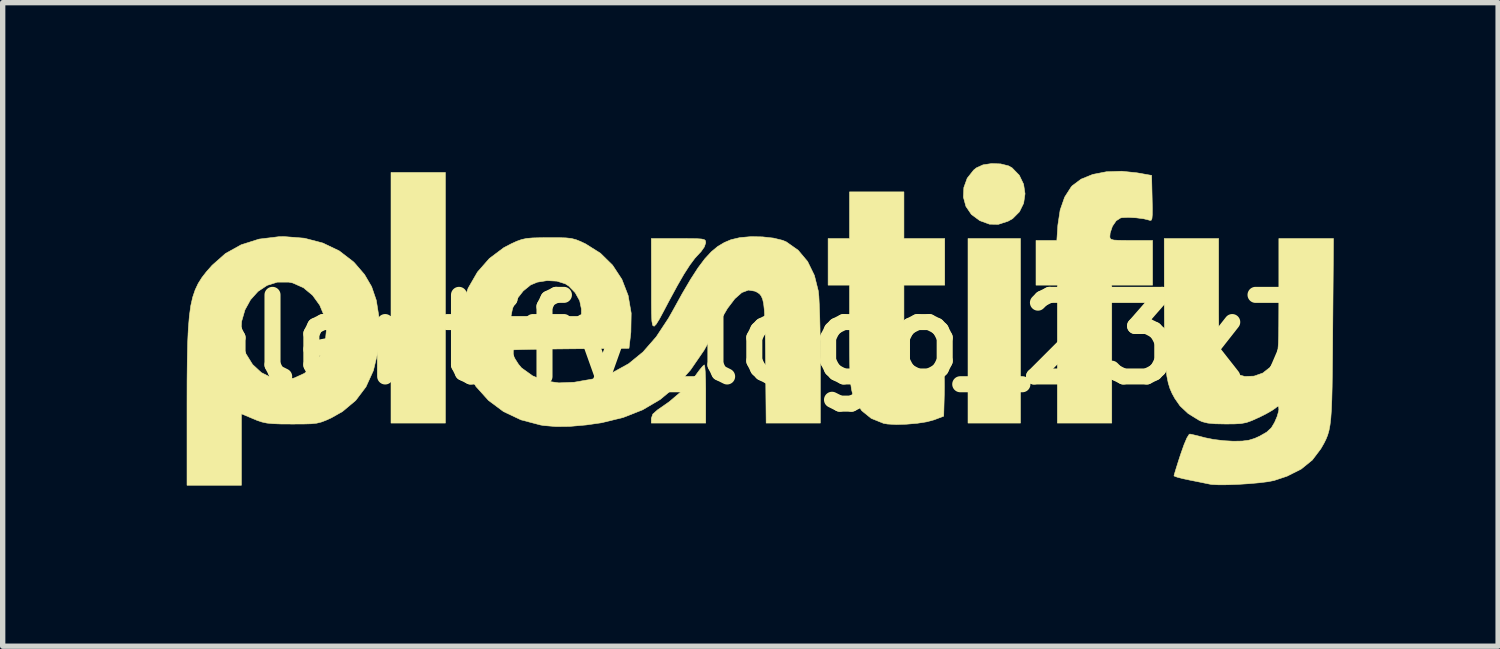
<source format=kicad_pcb>
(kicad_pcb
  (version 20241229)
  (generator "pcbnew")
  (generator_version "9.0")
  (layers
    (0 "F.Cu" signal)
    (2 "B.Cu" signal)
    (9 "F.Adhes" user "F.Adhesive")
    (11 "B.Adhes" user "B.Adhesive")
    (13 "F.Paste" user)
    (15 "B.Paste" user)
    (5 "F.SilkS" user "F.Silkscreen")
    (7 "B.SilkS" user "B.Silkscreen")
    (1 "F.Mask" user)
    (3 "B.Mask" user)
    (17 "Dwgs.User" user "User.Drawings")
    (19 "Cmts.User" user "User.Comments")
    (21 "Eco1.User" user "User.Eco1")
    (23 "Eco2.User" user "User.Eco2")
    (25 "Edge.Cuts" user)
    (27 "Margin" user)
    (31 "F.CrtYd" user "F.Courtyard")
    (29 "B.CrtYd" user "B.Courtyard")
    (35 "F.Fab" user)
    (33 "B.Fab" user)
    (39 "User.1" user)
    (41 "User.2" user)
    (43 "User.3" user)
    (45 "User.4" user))
  (footprint "plentify_logo_23x7"
    (layer "F.Cu")
    (at 10.966 3.292)
    (property "Reference" "plentify_logo_23x7" (at 0 0 0) (layer "F.SilkS") (effects (font (size 1.524 1.524) (thickness 0.3))))
    (attr through_hole)
    (fp_poly (pts (xy -5.697 1.56) (xy -6.713 1.56) (xy -6.713 -3.121) (xy -5.697 -3.121) (xy -5.697 1.56)) (stroke (width 0.01) (type solid)) (fill yes) (layer "F.SilkS"))
    (fp_poly (pts (xy 5.044 1.56) (xy 4.064 1.56) (xy 4.064 -1.887) (xy 5.044 -1.887) (xy 5.044 1.56)) (stroke (width 0.01) (type solid)) (fill yes) (layer "F.SilkS"))
    (fp_poly (pts (xy -0.852 0.507) (xy -0.844 0.601) (xy -0.838 0.742) (xy -0.835 0.918) (xy -0.835 1.016) (xy -0.835 1.56) (xy -1.851 1.56) (xy -1.851 1.473) (xy -1.823 1.392) (xy -1.735 1.314) (xy -1.717 1.302) (xy -1.518 1.163) (xy -1.32 0.995) (xy -1.145 0.819) (xy -1.027 0.673) (xy -0.953 0.572) (xy -0.893 0.5) (xy -0.862 0.473) (xy -0.852 0.507)) (stroke (width 0.01) (type solid)) (fill yes) (layer "F.SilkS"))
    (fp_poly (pts (xy 4.673 -3.281) (xy 4.821 -3.244) (xy 4.887 -3.207) (xy 5.022 -3.068) (xy 5.102 -2.902) (xy 5.129 -2.723) (xy 5.103 -2.546) (xy 5.025 -2.387) (xy 4.898 -2.259) (xy 4.811 -2.21) (xy 4.631 -2.152) (xy 4.465 -2.155) (xy 4.287 -2.22) (xy 4.281 -2.223) (xy 4.127 -2.337) (xy 4.025 -2.487) (xy 3.978 -2.66) (xy 3.986 -2.839) (xy 4.049 -3.013) (xy 4.169 -3.165) (xy 4.221 -3.207) (xy 4.344 -3.263) (xy 4.504 -3.287) (xy 4.673 -3.281)) (stroke (width 0.01) (type solid)) (fill yes) (layer "F.SilkS"))
    (fp_poly (pts (xy -1.142 -1.886) (xy -1.002 -1.884) (xy -0.913 -1.878) (xy -0.863 -1.867) (xy -0.841 -1.848) (xy -0.836 -1.82) (xy -0.836 -1.805) (xy -0.861 -1.73) (xy -0.924 -1.641) (xy -0.949 -1.615) (xy -1.039 -1.517) (xy -1.134 -1.389) (xy -1.242 -1.221) (xy -1.367 -1.004) (xy -1.516 -0.729) (xy -1.518 -0.726) (xy -1.621 -0.53) (xy -1.7 -0.383) (xy -1.759 -0.288) (xy -1.799 -0.248) (xy -1.826 -0.266) (xy -1.841 -0.345) (xy -1.847 -0.487) (xy -1.849 -0.696) (xy -1.849 -0.973) (xy -1.849 -1.025) (xy -1.851 -1.887) (xy -1.343 -1.887) (xy -1.142 -1.886)) (stroke (width 0.01) (type solid)) (fill yes) (layer "F.SilkS"))
    (fp_poly (pts (xy 7.221 -3.114) (xy 7.493 -3.066) (xy 7.503 -2.635) (xy 7.507 -2.453) (xy 7.506 -2.332) (xy 7.5 -2.262) (xy 7.487 -2.23) (xy 7.465 -2.225) (xy 7.449 -2.23) (xy 7.346 -2.256) (xy 7.205 -2.274) (xy 7.06 -2.282) (xy 6.942 -2.277) (xy 6.913 -2.271) (xy 6.831 -2.218) (xy 6.761 -2.116) (xy 6.719 -1.991) (xy 6.713 -1.924) (xy 6.717 -1.892) (xy 6.739 -1.871) (xy 6.79 -1.858) (xy 6.883 -1.853) (xy 7.031 -1.851) (xy 7.112 -1.851) (xy 7.511 -1.851) (xy 7.511 -1.016) (xy 6.749 -1.016) (xy 6.749 1.56) (xy 5.733 1.56) (xy 5.733 -1.016) (xy 5.334 -1.016) (xy 5.334 -1.851) (xy 5.723 -1.851) (xy 5.742 -2.136) (xy 5.785 -2.419) (xy 5.869 -2.66) (xy 5.99 -2.849) (xy 6.011 -2.873) (xy 6.176 -2.996) (xy 6.393 -3.084) (xy 6.649 -3.134) (xy 6.934 -3.144) (xy 7.221 -3.114)) (stroke (width 0.01) (type solid)) (fill yes) (layer "F.SilkS"))
    (fp_poly (pts (xy 2.867 -1.887) (xy 3.629 -1.887) (xy 3.629 -1.016) (xy 2.867 -1.016) (xy 2.867 -0.22) (xy 2.867 0.046) (xy 2.87 0.25) (xy 2.875 0.399) (xy 2.882 0.503) (xy 2.894 0.572) (xy 2.909 0.614) (xy 2.924 0.632) (xy 3.028 0.698) (xy 3.167 0.714) (xy 3.351 0.683) (xy 3.378 0.676) (xy 3.494 0.645) (xy 3.579 0.623) (xy 3.611 0.617) (xy 3.618 0.651) (xy 3.622 0.743) (xy 3.623 0.878) (xy 3.621 1.024) (xy 3.61 1.431) (xy 3.429 1.5) (xy 3.294 1.536) (xy 3.115 1.564) (xy 2.917 1.581) (xy 2.725 1.587) (xy 2.563 1.578) (xy 2.486 1.565) (xy 2.256 1.472) (xy 2.079 1.329) (xy 1.953 1.135) (xy 1.906 1.008) (xy 1.888 0.929) (xy 1.873 0.827) (xy 1.863 0.691) (xy 1.856 0.513) (xy 1.852 0.284) (xy 1.851 -0.007) (xy 1.851 -0.097) (xy 1.851 -1.016) (xy 1.451 -1.016) (xy 1.451 -1.887) (xy 1.851 -1.887) (xy 1.851 -2.758) (xy 2.867 -2.758) (xy 2.867 -1.887)) (stroke (width 0.01) (type solid)) (fill yes) (layer "F.SilkS"))
    (fp_poly (pts (xy -8.331 -1.893) (xy -7.987 -1.803) (xy -7.681 -1.657) (xy -7.418 -1.455) (xy -7.392 -1.429) (xy -7.208 -1.215) (xy -7.075 -0.988) (xy -6.988 -0.734) (xy -6.941 -0.44) (xy -6.931 -0.163) (xy -6.958 0.231) (xy -7.042 0.579) (xy -7.18 0.882) (xy -7.372 1.137) (xy -7.619 1.344) (xy -7.829 1.463) (xy -7.931 1.509) (xy -8.016 1.541) (xy -8.101 1.562) (xy -8.204 1.573) (xy -8.342 1.577) (xy -8.533 1.578) (xy -8.563 1.578) (xy -8.768 1.577) (xy -8.918 1.571) (xy -9.031 1.56) (xy -9.124 1.54) (xy -9.216 1.509) (xy -9.28 1.482) (xy -9.507 1.387) (xy -9.507 2.721) (xy -10.523 2.721) (xy -10.523 1.214) (xy -10.522 0.766) (xy -10.518 0.384) (xy -10.511 0.06) (xy -10.503 -0.113) (xy -9.517 -0.113) (xy -9.479 0.119) (xy -9.427 0.258) (xy -9.299 0.465) (xy -9.135 0.617) (xy -8.944 0.713) (xy -8.737 0.749) (xy -8.525 0.72) (xy -8.33 0.631) (xy -8.158 0.48) (xy -8.024 0.277) (xy -7.941 0.04) (xy -7.918 -0.197) (xy -7.955 -0.428) (xy -8.044 -0.642) (xy -8.177 -0.826) (xy -8.348 -0.968) (xy -8.548 -1.057) (xy -8.62 -1.072) (xy -8.833 -1.073) (xy -9.027 -1.012) (xy -9.197 -0.899) (xy -9.337 -0.743) (xy -9.441 -0.554) (xy -9.503 -0.34) (xy -9.517 -0.113) (xy -10.503 -0.113) (xy -10.498 -0.212) (xy -10.479 -0.44) (xy -10.453 -0.631) (xy -10.417 -0.791) (xy -10.371 -0.927) (xy -10.314 -1.048) (xy -10.244 -1.159) (xy -10.16 -1.267) (xy -10.06 -1.38) (xy -10.055 -1.386) (xy -9.805 -1.607) (xy -9.512 -1.77) (xy -9.178 -1.876) (xy -8.808 -1.921) (xy -8.709 -1.923) (xy -8.331 -1.893)) (stroke (width 0.01) (type solid)) (fill yes) (layer "F.SilkS"))
    (fp_poly (pts (xy 8.745 -0.807) (xy 8.745 -0.493) (xy 8.747 -0.244) (xy 8.75 -0.049) (xy 8.755 0.098) (xy 8.762 0.207) (xy 8.773 0.287) (xy 8.787 0.344) (xy 8.804 0.389) (xy 8.808 0.398) (xy 8.919 0.547) (xy 9.065 0.643) (xy 9.233 0.689) (xy 9.406 0.683) (xy 9.569 0.626) (xy 9.708 0.517) (xy 9.788 0.401) (xy 9.812 0.351) (xy 9.83 0.302) (xy 9.844 0.243) (xy 9.854 0.167) (xy 9.862 0.063) (xy 9.866 -0.078) (xy 9.868 -0.263) (xy 9.869 -0.502) (xy 9.87 -0.805) (xy 9.87 -1.887) (xy 10.38 -1.887) (xy 10.89 -1.887) (xy 10.876 -0.172) (xy 10.873 0.242) (xy 10.869 0.591) (xy 10.865 0.882) (xy 10.859 1.121) (xy 10.851 1.315) (xy 10.84 1.471) (xy 10.825 1.597) (xy 10.806 1.699) (xy 10.781 1.785) (xy 10.751 1.86) (xy 10.715 1.933) (xy 10.671 2.01) (xy 10.653 2.041) (xy 10.495 2.25) (xy 10.287 2.419) (xy 10.023 2.552) (xy 9.779 2.633) (xy 9.665 2.655) (xy 9.503 2.675) (xy 9.311 2.692) (xy 9.109 2.705) (xy 8.914 2.712) (xy 8.745 2.713) (xy 8.62 2.707) (xy 8.582 2.701) (xy 8.513 2.687) (xy 8.396 2.663) (xy 8.251 2.634) (xy 8.21 2.626) (xy 8.074 2.597) (xy 7.97 2.57) (xy 7.915 2.549) (xy 7.911 2.544) (xy 7.922 2.503) (xy 7.951 2.407) (xy 7.993 2.273) (xy 8.036 2.141) (xy 8.099 1.963) (xy 8.152 1.838) (xy 8.193 1.773) (xy 8.208 1.765) (xy 8.265 1.777) (xy 8.37 1.802) (xy 8.491 1.834) (xy 8.65 1.866) (xy 8.841 1.889) (xy 9.02 1.899) (xy 9.186 1.896) (xy 9.309 1.88) (xy 9.419 1.846) (xy 9.512 1.804) (xy 9.643 1.729) (xy 9.73 1.648) (xy 9.79 1.548) (xy 9.838 1.436) (xy 9.866 1.337) (xy 9.87 1.306) (xy 9.865 1.248) (xy 9.837 1.254) (xy 9.806 1.28) (xy 9.742 1.324) (xy 9.635 1.385) (xy 9.505 1.451) (xy 9.488 1.458) (xy 9.364 1.514) (xy 9.263 1.55) (xy 9.161 1.569) (xy 9.033 1.576) (xy 8.872 1.577) (xy 8.68 1.573) (xy 8.542 1.56) (xy 8.441 1.535) (xy 8.382 1.509) (xy 8.176 1.382) (xy 8.024 1.239) (xy 7.927 1.1) (xy 7.877 1.009) (xy 7.836 0.915) (xy 7.804 0.811) (xy 7.779 0.688) (xy 7.76 0.538) (xy 7.747 0.353) (xy 7.738 0.124) (xy 7.733 -0.157) (xy 7.731 -0.497) (xy 7.73 -0.699) (xy 7.729 -1.887) (xy 8.745 -1.887) (xy 8.745 -0.807)) (stroke (width 0.01) (type solid)) (fill yes) (layer "F.SilkS"))
    (fp_poly (pts (xy 0.224 -1.918) (xy 0.431 -1.895) (xy 0.603 -1.853) (xy 0.671 -1.824) (xy 0.892 -1.668) (xy 1.068 -1.458) (xy 1.195 -1.198) (xy 1.268 -0.907) (xy 1.278 -0.811) (xy 1.286 -0.653) (xy 1.294 -0.446) (xy 1.3 -0.201) (xy 1.304 0.072) (xy 1.306 0.36) (xy 1.306 0.445) (xy 1.306 1.56) (xy 0.294 1.56) (xy 0.283 0.426) (xy 0.28 0.093) (xy 0.275 -0.176) (xy 0.269 -0.387) (xy 0.26 -0.549) (xy 0.247 -0.669) (xy 0.228 -0.754) (xy 0.202 -0.813) (xy 0.17 -0.853) (xy 0.128 -0.882) (xy 0.082 -0.904) (xy -0.036 -0.924) (xy -0.16 -0.878) (xy -0.291 -0.763) (xy -0.43 -0.58) (xy -0.578 -0.326) (xy -0.625 -0.236) (xy -0.866 0.2) (xy -1.119 0.568) (xy -1.39 0.873) (xy -1.686 1.12) (xy -2.012 1.312) (xy -2.375 1.455) (xy -2.78 1.554) (xy -3.066 1.595) (xy -3.373 1.622) (xy -3.63 1.625) (xy -3.859 1.606) (xy -3.919 1.596) (xy -4.285 1.5) (xy -4.611 1.346) (xy -4.892 1.137) (xy -5.126 0.877) (xy -5.307 0.569) (xy -5.349 0.472) (xy -5.396 0.299) (xy -5.426 0.081) (xy -5.437 -0.157) (xy -5.428 -0.39) (xy -5.421 -0.435) (xy -4.472 -0.435) (xy -3.157 -0.435) (xy -3.157 -0.572) (xy -3.189 -0.725) (xy -3.273 -0.876) (xy -3.394 -1) (xy -3.457 -1.041) (xy -3.614 -1.091) (xy -3.798 -1.101) (xy -3.98 -1.072) (xy -4.105 -1.02) (xy -4.244 -0.907) (xy -4.361 -0.757) (xy -4.437 -0.596) (xy -4.449 -0.552) (xy -4.472 -0.435) (xy -5.421 -0.435) (xy -5.397 -0.594) (xy -5.392 -0.617) (xy -5.272 -0.96) (xy -5.098 -1.261) (xy -4.875 -1.515) (xy -4.608 -1.715) (xy -4.469 -1.788) (xy -4.364 -1.836) (xy -4.274 -1.868) (xy -4.183 -1.888) (xy -4.07 -1.898) (xy -3.918 -1.902) (xy -3.774 -1.903) (xy -3.583 -1.903) (xy -3.446 -1.899) (xy -3.344 -1.888) (xy -3.259 -1.866) (xy -3.172 -1.831) (xy -3.079 -1.787) (xy -2.802 -1.613) (xy -2.575 -1.39) (xy -2.401 -1.125) (xy -2.284 -0.823) (xy -2.227 -0.493) (xy -2.233 -0.139) (xy -2.235 -0.119) (xy -2.268 0.163) (xy -3.365 0.173) (xy -3.639 0.176) (xy -3.888 0.179) (xy -4.103 0.183) (xy -4.276 0.187) (xy -4.397 0.191) (xy -4.458 0.194) (xy -4.463 0.196) (xy -4.443 0.265) (xy -4.395 0.363) (xy -4.333 0.46) (xy -4.276 0.529) (xy -4.067 0.679) (xy -3.839 0.772) (xy -3.579 0.809) (xy -3.289 0.797) (xy -2.909 0.73) (xy -2.573 0.616) (xy -2.274 0.451) (xy -2.005 0.231) (xy -1.759 -0.051) (xy -1.53 -0.398) (xy -1.454 -0.532) (xy -1.274 -0.858) (xy -1.117 -1.125) (xy -0.978 -1.34) (xy -0.851 -1.509) (xy -0.731 -1.639) (xy -0.612 -1.738) (xy -0.488 -1.812) (xy -0.363 -1.865) (xy -0.197 -1.904) (xy 0.007 -1.922) (xy 0.224 -1.918)) (stroke (width 0.01) (type solid)) (fill yes) (layer "F.SilkS")))
  (gr_rect
    (start -3 -3)
    (end 24.931 9.019)
    (stroke (width 0.1) (type default))
    (fill no)
    (layer "Edge.Cuts")))
</source>
